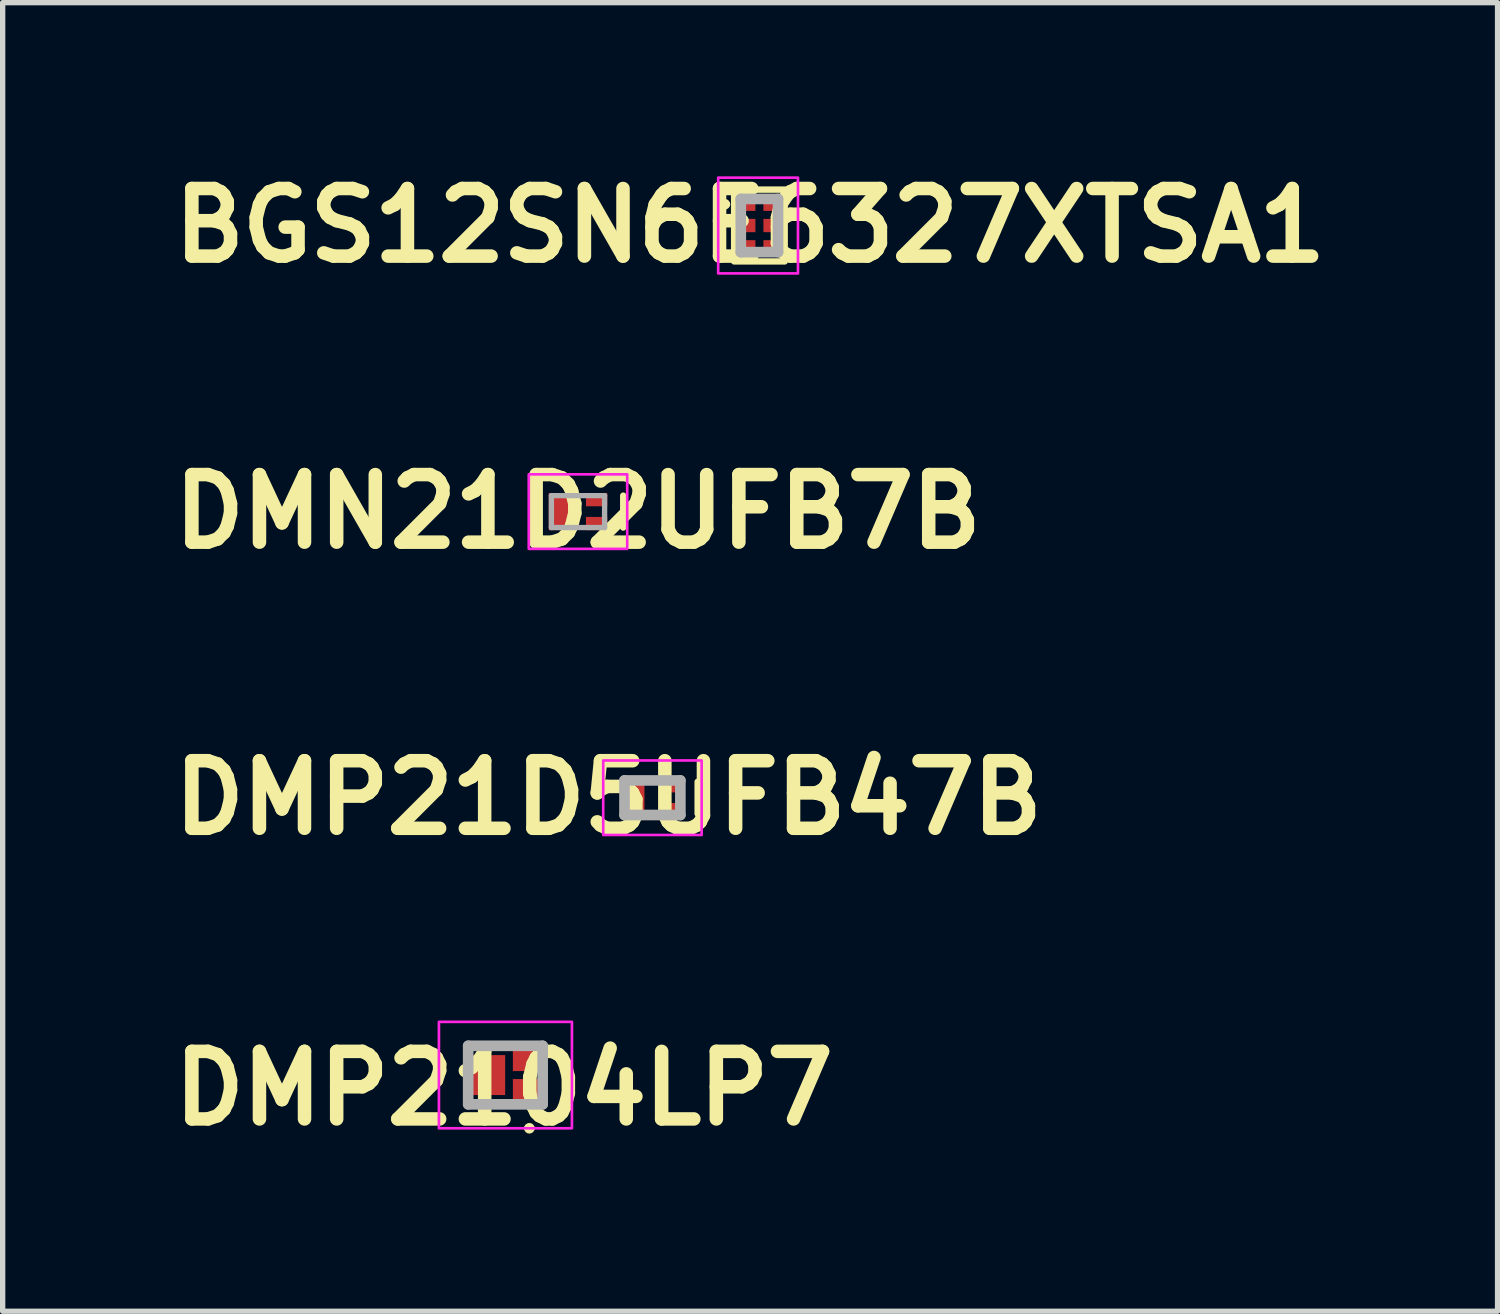
<source format=kicad_pcb>
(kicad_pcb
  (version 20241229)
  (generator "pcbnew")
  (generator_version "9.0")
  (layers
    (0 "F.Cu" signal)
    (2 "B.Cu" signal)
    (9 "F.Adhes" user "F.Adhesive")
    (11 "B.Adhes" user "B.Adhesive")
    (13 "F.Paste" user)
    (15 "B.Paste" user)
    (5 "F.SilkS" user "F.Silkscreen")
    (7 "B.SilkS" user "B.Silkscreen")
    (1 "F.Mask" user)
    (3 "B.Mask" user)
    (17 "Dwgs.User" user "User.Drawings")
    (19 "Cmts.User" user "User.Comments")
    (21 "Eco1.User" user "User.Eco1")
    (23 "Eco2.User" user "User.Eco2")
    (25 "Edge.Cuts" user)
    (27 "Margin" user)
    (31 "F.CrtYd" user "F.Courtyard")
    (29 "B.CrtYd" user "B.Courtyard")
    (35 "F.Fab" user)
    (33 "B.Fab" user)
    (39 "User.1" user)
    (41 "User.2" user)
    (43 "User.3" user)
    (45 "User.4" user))
  (footprint "DMP21D5UFB47B"
    (layer "F.Cu")
    (at 9.213 11.944)
    (property "Reference" "DMP21D5UFB47B" (at -0.825 0 0) (layer "F.SilkS") (effects (font (size 1.27 1.27) (thickness 0.254))))
    (attr smd)
    (fp_line (start 0.85 -0.3) (end 0.85 0.3) (stroke (width 0.12) (type default)) (layer "F.SilkS"))
    (fp_rect (start -0.925 -0.7) (end 0.925 0.7) (stroke (width 0.05) (type default)) (fill no) (layer "F.CrtYd"))
    (fp_line (start -0.525 -0.325) (end -0.525 0.325) (stroke (width 0.2) (type solid)) (layer "F.Fab"))
    (fp_line (start -0.525 0.325) (end 0.525 0.325) (stroke (width 0.2) (type solid)) (layer "F.Fab"))
    (fp_line (start 0.525 -0.325) (end -0.525 -0.325) (stroke (width 0.2) (type solid)) (layer "F.Fab"))
    (fp_line (start 0.525 0.325) (end 0.525 -0.325) (stroke (width 0.2) (type solid)) (layer "F.Fab"))
    (pad "1" smd rect (at -0.35 0) (size 0.4 0.7) (layers "F.Cu" "F.Mask" "F.Paste"))
    (pad "2" smd rect (at 0.35 0.225 90) (size 0.25 0.4) (layers "F.Cu" "F.Mask" "F.Paste"))
    (pad "3" smd rect (at 0.35 -0.225 90) (size 0.25 0.4) (layers "F.Cu" "F.Mask" "F.Paste")))
  (footprint "DMN21D2UFB7B"
    (layer "F.Cu")
    (at 7.814 6.566)
    (property "Reference" "DMN21D2UFB7B" (at 0 0 0) (layer "F.SilkS") (effects (font (size 1.27 1.27) (thickness 0.254))))
    (attr smd)
    (fp_line (start 0.85 -0.3) (end 0.85 0.3) (stroke (width 0.12) (type default)) (layer "F.SilkS"))
    (fp_rect (start -0.925 -0.7) (end 0.925 0.7) (stroke (width 0.05) (type default)) (fill no) (layer "F.CrtYd"))
    (fp_line (start -0.5 -0.3) (end 0.5 -0.3) (stroke (width 0.1) (type solid)) (layer "F.Fab"))
    (fp_line (start -0.5 0.3) (end -0.5 -0.3) (stroke (width 0.1) (type solid)) (layer "F.Fab"))
    (fp_line (start 0.5 -0.3) (end 0.5 0.3) (stroke (width 0.1) (type solid)) (layer "F.Fab"))
    (fp_line (start 0.5 0.3) (end -0.5 0.3) (stroke (width 0.1) (type solid)) (layer "F.Fab"))
    (pad "1" smd rect (at 0.35 0.225 90) (size 0.25 0.4) (layers "F.Cu" "F.Mask" "F.Paste"))
    (pad "2" smd rect (at 0.35 -0.225 90) (size 0.25 0.4) (layers "F.Cu" "F.Mask" "F.Paste"))
    (pad "3" smd rect (at -0.35 0) (size 0.4 0.7) (layers "F.Cu" "F.Mask" "F.Paste")))
  (footprint "BGS12SN6E6327XTSA1"
    (layer "F.Cu")
    (at 11.049 1.189)
    (property "Reference" "BGS12SN6E6327XTSA1" (at 0 0 0) (layer "F.SilkS") (effects (font (size 1.27 1.27) (thickness 0.254))))
    (attr smd)
    (fp_line (start -0.525 -0.4) (end -0.525 -0.4) (stroke (width 0.1) (type solid)) (layer "F.SilkS"))
    (fp_line (start -0.425 -0.4) (end -0.425 -0.4) (stroke (width 0.1) (type solid)) (layer "F.SilkS"))
    (fp_rect (start -0.3 -0.675) (end 0.65 0.675) (stroke (width 0.12) (type default)) (fill no) (layer "F.SilkS"))
    (fp_arc (start -0.525 -0.4) (mid -0.475 -0.45) (end -0.425 -0.4) (stroke (width 0.1) (type solid)) (layer "F.SilkS"))
    (fp_arc (start -0.425 -0.4) (mid -0.475 -0.35) (end -0.525 -0.4) (stroke (width 0.1) (type solid)) (layer "F.SilkS"))
    (fp_rect (start 0.9 -0.9) (end -0.6 0.9) (stroke (width 0.05) (type default)) (fill no) (layer "F.CrtYd"))
    (fp_line (start -0.175 -0.5) (end 0.525 -0.5) (stroke (width 0.2) (type solid)) (layer "F.Fab"))
    (fp_line (start -0.175 0.5) (end -0.175 -0.5) (stroke (width 0.2) (type solid)) (layer "F.Fab"))
    (fp_line (start 0.525 -0.5) (end 0.525 0.5) (stroke (width 0.2) (type solid)) (layer "F.Fab"))
    (fp_line (start 0.525 0.5) (end -0.175 0.5) (stroke (width 0.2) (type solid)) (layer "F.Fab"))
    (pad "1" smd rect (at -0.025 -0.4 90) (size 0.25 0.25) (layers "F.Cu" "F.Mask" "F.Paste"))
    (pad "2" smd rect (at -0.025 0 90) (size 0.25 0.25) (layers "F.Cu" "F.Mask" "F.Paste"))
    (pad "3" smd rect (at -0.025 0.4 90) (size 0.25 0.25) (layers "F.Cu" "F.Mask" "F.Paste"))
    (pad "4" smd rect (at 0.375 0.4 90) (size 0.25 0.25) (layers "F.Cu" "F.Mask" "F.Paste"))
    (pad "5" smd rect (at 0.375 0 90) (size 0.25 0.25) (layers "F.Cu" "F.Mask" "F.Paste"))
    (pad "6" smd rect (at 0.375 -0.4 90) (size 0.25 0.25) (layers "F.Cu" "F.Mask" "F.Paste")))
  (footprint "DMP2104LP7"
    (layer "F.Cu")
    (at 6.45 17.157)
    (property "Reference" "DMP2104LP7" (at -0.027 0.25 0) (layer "F.SilkS") (effects (font (size 1.27 1.27) (thickness 0.254))))
    (attr smd)
    (fp_line (start 0.4 1) (end 0.4 1) (stroke (width 0.1) (type solid)) (layer "F.SilkS"))
    (fp_line (start 0.5 1) (end 0.5 1) (stroke (width 0.1) (type solid)) (layer "F.SilkS"))
    (fp_arc (start 0.4 1) (mid 0.45 0.95) (end 0.5 1) (stroke (width 0.1) (type solid)) (layer "F.SilkS"))
    (fp_arc (start 0.5 1) (mid 0.45 1.05) (end 0.4 1) (stroke (width 0.1) (type solid)) (layer "F.SilkS"))
    (fp_rect (start -1.25 -1) (end 1.25 1) (stroke (width 0.05) (type default)) (fill no) (layer "F.CrtYd"))
    (fp_line (start -0.7 -0.55) (end 0.7 -0.55) (stroke (width 0.2) (type solid)) (layer "F.Fab"))
    (fp_line (start -0.7 0.55) (end -0.7 -0.55) (stroke (width 0.2) (type solid)) (layer "F.Fab"))
    (fp_line (start 0.7 -0.55) (end 0.7 0.55) (stroke (width 0.2) (type solid)) (layer "F.Fab"))
    (fp_line (start 0.7 0.55) (end -0.7 0.55) (stroke (width 0.2) (type solid)) (layer "F.Fab"))
    (pad "1" smd rect (at 0.38 0.275 90) (size 0.4 0.48) (layers "F.Cu" "F.Mask" "F.Paste"))
    (pad "2" smd rect (at -0.38 0 90) (size 0.75 0.75) (layers "F.Cu" "F.Mask" "F.Paste"))
    (pad "3" smd rect (at 0.38 -0.275 90) (size 0.4 0.48) (layers "F.Cu" "F.Mask" "F.Paste")))
  (gr_rect
    (start -3 -3)
    (end 25.098 21.596)
    (stroke (width 0.1) (type default))
    (fill no)
    (layer "Edge.Cuts")))
</source>
